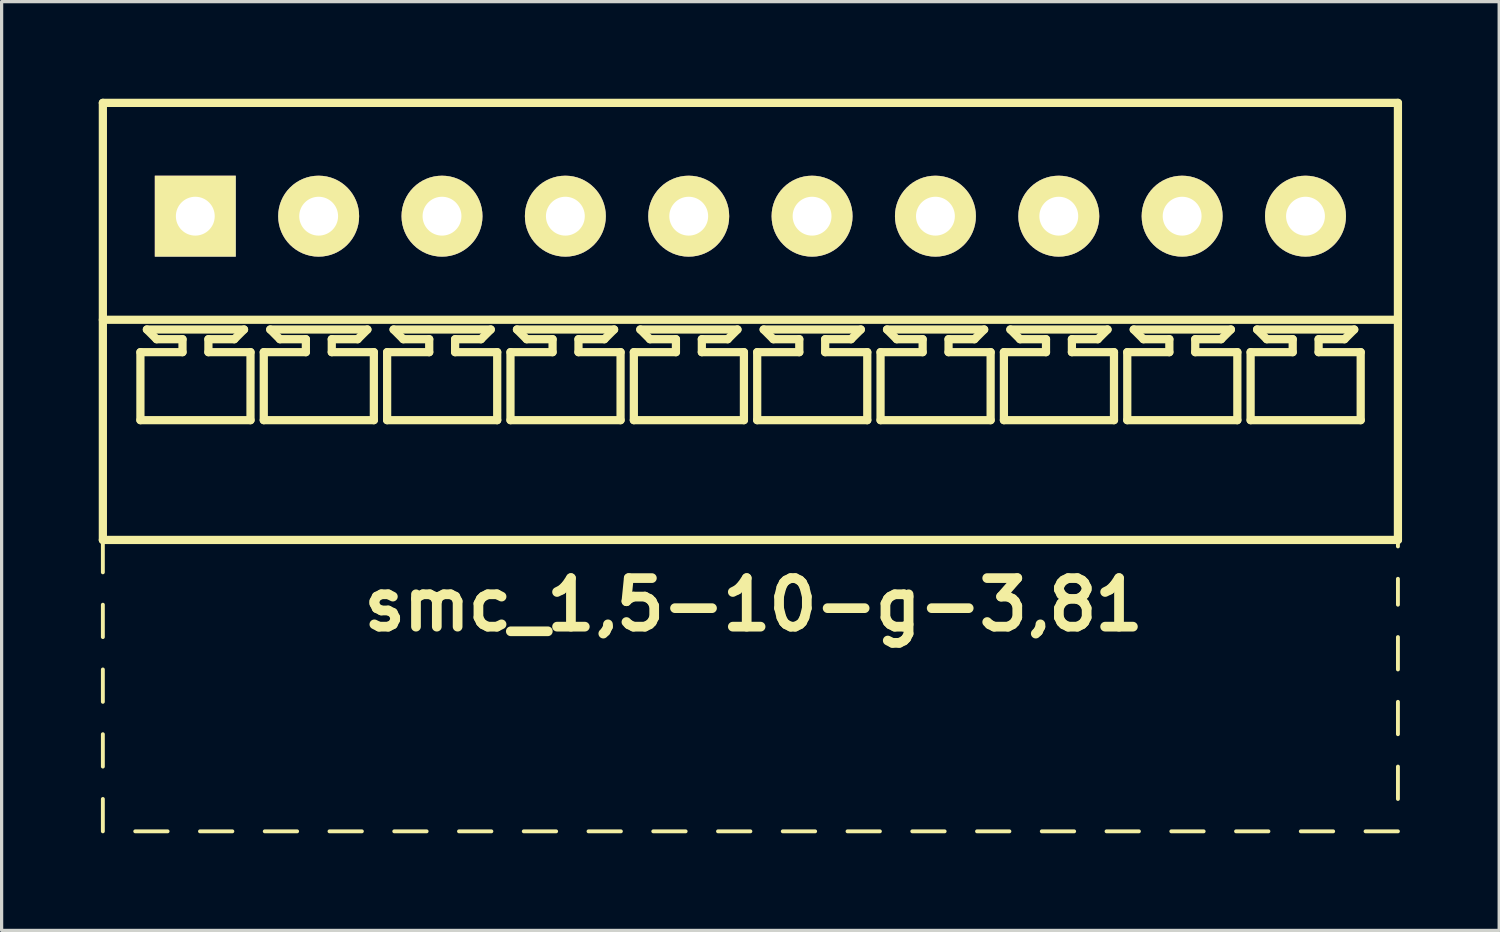
<source format=kicad_pcb>
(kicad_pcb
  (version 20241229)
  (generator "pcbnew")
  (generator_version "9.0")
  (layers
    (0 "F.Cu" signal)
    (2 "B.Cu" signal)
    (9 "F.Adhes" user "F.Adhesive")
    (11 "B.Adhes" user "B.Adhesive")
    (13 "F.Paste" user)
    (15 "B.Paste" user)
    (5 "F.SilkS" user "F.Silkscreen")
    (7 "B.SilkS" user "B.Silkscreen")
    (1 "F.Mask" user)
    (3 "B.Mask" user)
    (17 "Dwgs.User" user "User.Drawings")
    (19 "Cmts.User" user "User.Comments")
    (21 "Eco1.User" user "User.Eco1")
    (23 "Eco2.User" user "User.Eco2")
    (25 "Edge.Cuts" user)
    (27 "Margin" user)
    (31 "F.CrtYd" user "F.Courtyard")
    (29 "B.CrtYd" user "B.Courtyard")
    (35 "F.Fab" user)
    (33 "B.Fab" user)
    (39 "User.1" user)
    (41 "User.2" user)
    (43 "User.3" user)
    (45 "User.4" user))
  (footprint "smc_1,5-10-g-3,81"
    (layer "F.Cu")
    (at 20.127 3.627)
    (property "Reference" "smc_1,5-10-g-3,81" (at 0.1 12 0) (layer "F.SilkS") (effects (font (size 1.5 1.5) (thickness 0.3))))
    (attr through_hole)
    (fp_line (start -20 -3.5) (end -20 10) (stroke (width 0.254) (type solid)) (layer "F.SilkS"))
    (fp_line (start -20 -3.5) (end 20 -3.5) (stroke (width 0.254) (type solid)) (layer "F.SilkS"))
    (fp_line (start -20 3.2) (end 20 3.2) (stroke (width 0.254) (type solid)) (layer "F.SilkS"))
    (fp_line (start -20 10) (end -20 11) (stroke (width 0.12) (type solid)) (layer "F.SilkS"))
    (fp_line (start -20 10) (end 20 10) (stroke (width 0.254) (type solid)) (layer "F.SilkS"))
    (fp_line (start -20 12) (end -20 13) (stroke (width 0.12) (type solid)) (layer "F.SilkS"))
    (fp_line (start -20 14) (end -20 15) (stroke (width 0.12) (type solid)) (layer "F.SilkS"))
    (fp_line (start -20 16) (end -20 17) (stroke (width 0.12) (type solid)) (layer "F.SilkS"))
    (fp_line (start -20 18) (end -20 19) (stroke (width 0.12) (type solid)) (layer "F.SilkS"))
    (fp_line (start -19 19) (end -18 19) (stroke (width 0.12) (type solid)) (layer "F.SilkS"))
    (fp_line (start -18.84 4.2) (end -17.54 4.2) (stroke (width 0.254) (type solid)) (layer "F.SilkS"))
    (fp_line (start -18.84 6.3) (end -18.84 4.2) (stroke (width 0.254) (type solid)) (layer "F.SilkS"))
    (fp_line (start -18.64 3.5) (end -15.64 3.5) (stroke (width 0.254) (type solid)) (layer "F.SilkS"))
    (fp_line (start -18.34 3.8) (end -18.64 3.5) (stroke (width 0.254) (type solid)) (layer "F.SilkS"))
    (fp_line (start -17.54 3.8) (end -18.34 3.8) (stroke (width 0.254) (type solid)) (layer "F.SilkS"))
    (fp_line (start -17.54 4.2) (end -17.54 3.8) (stroke (width 0.254) (type solid)) (layer "F.SilkS"))
    (fp_line (start -17 19) (end -16 19) (stroke (width 0.12) (type solid)) (layer "F.SilkS"))
    (fp_line (start -16.74 3.8) (end -16.74 4.2) (stroke (width 0.254) (type solid)) (layer "F.SilkS"))
    (fp_line (start -16.74 4.2) (end -15.44 4.2) (stroke (width 0.254) (type solid)) (layer "F.SilkS"))
    (fp_line (start -15.94 3.8) (end -16.74 3.8) (stroke (width 0.254) (type solid)) (layer "F.SilkS"))
    (fp_line (start -15.94 3.8) (end -15.64 3.5) (stroke (width 0.254) (type solid)) (layer "F.SilkS"))
    (fp_line (start -15.44 4.2) (end -15.44 6.3) (stroke (width 0.254) (type solid)) (layer "F.SilkS"))
    (fp_line (start -15.44 6.3) (end -18.84 6.3) (stroke (width 0.254) (type solid)) (layer "F.SilkS"))
    (fp_line (start -15.03 4.2) (end -13.73 4.2) (stroke (width 0.254) (type solid)) (layer "F.SilkS"))
    (fp_line (start -15.03 6.3) (end -15.03 4.2) (stroke (width 0.254) (type solid)) (layer "F.SilkS"))
    (fp_line (start -15 19) (end -14 19) (stroke (width 0.12) (type solid)) (layer "F.SilkS"))
    (fp_line (start -14.83 3.5) (end -11.83 3.5) (stroke (width 0.254) (type solid)) (layer "F.SilkS"))
    (fp_line (start -14.53 3.8) (end -14.83 3.5) (stroke (width 0.254) (type solid)) (layer "F.SilkS"))
    (fp_line (start -13.73 3.8) (end -14.53 3.8) (stroke (width 0.254) (type solid)) (layer "F.SilkS"))
    (fp_line (start -13.73 4.2) (end -13.73 3.8) (stroke (width 0.254) (type solid)) (layer "F.SilkS"))
    (fp_line (start -13 19) (end -12 19) (stroke (width 0.12) (type solid)) (layer "F.SilkS"))
    (fp_line (start -12.93 3.8) (end -12.93 4.2) (stroke (width 0.254) (type solid)) (layer "F.SilkS"))
    (fp_line (start -12.93 4.2) (end -11.63 4.2) (stroke (width 0.254) (type solid)) (layer "F.SilkS"))
    (fp_line (start -12.13 3.8) (end -12.93 3.8) (stroke (width 0.254) (type solid)) (layer "F.SilkS"))
    (fp_line (start -12.13 3.8) (end -11.83 3.5) (stroke (width 0.254) (type solid)) (layer "F.SilkS"))
    (fp_line (start -11.63 4.2) (end -11.63 6.3) (stroke (width 0.254) (type solid)) (layer "F.SilkS"))
    (fp_line (start -11.63 6.3) (end -15.03 6.3) (stroke (width 0.254) (type solid)) (layer "F.SilkS"))
    (fp_line (start -11.22 4.2) (end -9.92 4.2) (stroke (width 0.254) (type solid)) (layer "F.SilkS"))
    (fp_line (start -11.22 6.3) (end -11.22 4.2) (stroke (width 0.254) (type solid)) (layer "F.SilkS"))
    (fp_line (start -11.02 3.5) (end -8.02 3.5) (stroke (width 0.254) (type solid)) (layer "F.SilkS"))
    (fp_line (start -11 19) (end -10 19) (stroke (width 0.12) (type solid)) (layer "F.SilkS"))
    (fp_line (start -10.72 3.8) (end -11.02 3.5) (stroke (width 0.254) (type solid)) (layer "F.SilkS"))
    (fp_line (start -9.92 3.8) (end -10.72 3.8) (stroke (width 0.254) (type solid)) (layer "F.SilkS"))
    (fp_line (start -9.92 4.2) (end -9.92 3.8) (stroke (width 0.254) (type solid)) (layer "F.SilkS"))
    (fp_line (start -9.12 3.8) (end -9.12 4.2) (stroke (width 0.254) (type solid)) (layer "F.SilkS"))
    (fp_line (start -9.12 4.2) (end -7.82 4.2) (stroke (width 0.254) (type solid)) (layer "F.SilkS"))
    (fp_line (start -9 19) (end -8 19) (stroke (width 0.12) (type solid)) (layer "F.SilkS"))
    (fp_line (start -8.32 3.8) (end -9.12 3.8) (stroke (width 0.254) (type solid)) (layer "F.SilkS"))
    (fp_line (start -8.32 3.8) (end -8.02 3.5) (stroke (width 0.254) (type solid)) (layer "F.SilkS"))
    (fp_line (start -7.82 4.2) (end -7.82 6.3) (stroke (width 0.254) (type solid)) (layer "F.SilkS"))
    (fp_line (start -7.82 6.3) (end -11.22 6.3) (stroke (width 0.254) (type solid)) (layer "F.SilkS"))
    (fp_line (start -7.41 4.2) (end -6.11 4.2) (stroke (width 0.254) (type solid)) (layer "F.SilkS"))
    (fp_line (start -7.41 6.3) (end -7.41 4.2) (stroke (width 0.254) (type solid)) (layer "F.SilkS"))
    (fp_line (start -7.21 3.5) (end -4.21 3.5) (stroke (width 0.254) (type solid)) (layer "F.SilkS"))
    (fp_line (start -7 19) (end -6 19) (stroke (width 0.12) (type solid)) (layer "F.SilkS"))
    (fp_line (start -6.91 3.8) (end -7.21 3.5) (stroke (width 0.254) (type solid)) (layer "F.SilkS"))
    (fp_line (start -6.11 3.8) (end -6.91 3.8) (stroke (width 0.254) (type solid)) (layer "F.SilkS"))
    (fp_line (start -6.11 4.2) (end -6.11 3.8) (stroke (width 0.254) (type solid)) (layer "F.SilkS"))
    (fp_line (start -5.31 3.8) (end -5.31 4.2) (stroke (width 0.254) (type solid)) (layer "F.SilkS"))
    (fp_line (start -5.31 4.2) (end -4.01 4.2) (stroke (width 0.254) (type solid)) (layer "F.SilkS"))
    (fp_line (start -5 19) (end -4 19) (stroke (width 0.12) (type solid)) (layer "F.SilkS"))
    (fp_line (start -4.51 3.8) (end -5.31 3.8) (stroke (width 0.254) (type solid)) (layer "F.SilkS"))
    (fp_line (start -4.51 3.8) (end -4.21 3.5) (stroke (width 0.254) (type solid)) (layer "F.SilkS"))
    (fp_line (start -4.01 4.2) (end -4.01 6.3) (stroke (width 0.254) (type solid)) (layer "F.SilkS"))
    (fp_line (start -4.01 6.3) (end -7.41 6.3) (stroke (width 0.254) (type solid)) (layer "F.SilkS"))
    (fp_line (start -3.6 4.2) (end -2.3 4.2) (stroke (width 0.254) (type solid)) (layer "F.SilkS"))
    (fp_line (start -3.6 6.3) (end -3.6 4.2) (stroke (width 0.254) (type solid)) (layer "F.SilkS"))
    (fp_line (start -3.4 3.5) (end -0.4 3.5) (stroke (width 0.254) (type solid)) (layer "F.SilkS"))
    (fp_line (start -3.1 3.8) (end -3.4 3.5) (stroke (width 0.254) (type solid)) (layer "F.SilkS"))
    (fp_line (start -3 19) (end -2 19) (stroke (width 0.12) (type solid)) (layer "F.SilkS"))
    (fp_line (start -2.3 3.8) (end -3.1 3.8) (stroke (width 0.254) (type solid)) (layer "F.SilkS"))
    (fp_line (start -2.3 4.2) (end -2.3 3.8) (stroke (width 0.254) (type solid)) (layer "F.SilkS"))
    (fp_line (start -1.5 3.8) (end -1.5 4.2) (stroke (width 0.254) (type solid)) (layer "F.SilkS"))
    (fp_line (start -1.5 4.2) (end -0.2 4.2) (stroke (width 0.254) (type solid)) (layer "F.SilkS"))
    (fp_line (start -1 19) (end 0 19) (stroke (width 0.12) (type solid)) (layer "F.SilkS"))
    (fp_line (start -0.7 3.8) (end -1.5 3.8) (stroke (width 0.254) (type solid)) (layer "F.SilkS"))
    (fp_line (start -0.7 3.8) (end -0.4 3.5) (stroke (width 0.254) (type solid)) (layer "F.SilkS"))
    (fp_line (start -0.2 4.2) (end -0.2 6.3) (stroke (width 0.254) (type solid)) (layer "F.SilkS"))
    (fp_line (start -0.2 6.3) (end -3.6 6.3) (stroke (width 0.254) (type solid)) (layer "F.SilkS"))
    (fp_line (start 0.21 4.2) (end 1.51 4.2) (stroke (width 0.254) (type solid)) (layer "F.SilkS"))
    (fp_line (start 0.21 6.3) (end 0.21 4.2) (stroke (width 0.254) (type solid)) (layer "F.SilkS"))
    (fp_line (start 0.41 3.5) (end 3.41 3.5) (stroke (width 0.254) (type solid)) (layer "F.SilkS"))
    (fp_line (start 0.71 3.8) (end 0.41 3.5) (stroke (width 0.254) (type solid)) (layer "F.SilkS"))
    (fp_line (start 1 19) (end 2 19) (stroke (width 0.12) (type solid)) (layer "F.SilkS"))
    (fp_line (start 1.51 3.8) (end 0.71 3.8) (stroke (width 0.254) (type solid)) (layer "F.SilkS"))
    (fp_line (start 1.51 4.2) (end 1.51 3.8) (stroke (width 0.254) (type solid)) (layer "F.SilkS"))
    (fp_line (start 2.31 3.8) (end 2.31 4.2) (stroke (width 0.254) (type solid)) (layer "F.SilkS"))
    (fp_line (start 2.31 4.2) (end 3.61 4.2) (stroke (width 0.254) (type solid)) (layer "F.SilkS"))
    (fp_line (start 3 19) (end 4 19) (stroke (width 0.12) (type solid)) (layer "F.SilkS"))
    (fp_line (start 3.11 3.8) (end 2.31 3.8) (stroke (width 0.254) (type solid)) (layer "F.SilkS"))
    (fp_line (start 3.11 3.8) (end 3.41 3.5) (stroke (width 0.254) (type solid)) (layer "F.SilkS"))
    (fp_line (start 3.61 4.2) (end 3.61 6.3) (stroke (width 0.254) (type solid)) (layer "F.SilkS"))
    (fp_line (start 3.61 6.3) (end 0.21 6.3) (stroke (width 0.254) (type solid)) (layer "F.SilkS"))
    (fp_line (start 4.02 4.2) (end 5.32 4.2) (stroke (width 0.254) (type solid)) (layer "F.SilkS"))
    (fp_line (start 4.02 6.3) (end 4.02 4.2) (stroke (width 0.254) (type solid)) (layer "F.SilkS"))
    (fp_line (start 4.22 3.5) (end 7.22 3.5) (stroke (width 0.254) (type solid)) (layer "F.SilkS"))
    (fp_line (start 4.52 3.8) (end 4.22 3.5) (stroke (width 0.254) (type solid)) (layer "F.SilkS"))
    (fp_line (start 5 19) (end 6 19) (stroke (width 0.12) (type solid)) (layer "F.SilkS"))
    (fp_line (start 5.32 3.8) (end 4.52 3.8) (stroke (width 0.254) (type solid)) (layer "F.SilkS"))
    (fp_line (start 5.32 4.2) (end 5.32 3.8) (stroke (width 0.254) (type solid)) (layer "F.SilkS"))
    (fp_line (start 6.12 3.8) (end 6.12 4.2) (stroke (width 0.254) (type solid)) (layer "F.SilkS"))
    (fp_line (start 6.12 4.2) (end 7.42 4.2) (stroke (width 0.254) (type solid)) (layer "F.SilkS"))
    (fp_line (start 6.92 3.8) (end 6.12 3.8) (stroke (width 0.254) (type solid)) (layer "F.SilkS"))
    (fp_line (start 6.92 3.8) (end 7.22 3.5) (stroke (width 0.254) (type solid)) (layer "F.SilkS"))
    (fp_line (start 7 19) (end 8 19) (stroke (width 0.12) (type solid)) (layer "F.SilkS"))
    (fp_line (start 7.42 4.2) (end 7.42 6.3) (stroke (width 0.254) (type solid)) (layer "F.SilkS"))
    (fp_line (start 7.42 6.3) (end 4.02 6.3) (stroke (width 0.254) (type solid)) (layer "F.SilkS"))
    (fp_line (start 7.83 4.2) (end 9.13 4.2) (stroke (width 0.254) (type solid)) (layer "F.SilkS"))
    (fp_line (start 7.83 6.3) (end 7.83 4.2) (stroke (width 0.254) (type solid)) (layer "F.SilkS"))
    (fp_line (start 8.03 3.5) (end 11.03 3.5) (stroke (width 0.254) (type solid)) (layer "F.SilkS"))
    (fp_line (start 8.33 3.8) (end 8.03 3.5) (stroke (width 0.254) (type solid)) (layer "F.SilkS"))
    (fp_line (start 9 19) (end 10 19) (stroke (width 0.12) (type solid)) (layer "F.SilkS"))
    (fp_line (start 9.13 3.8) (end 8.33 3.8) (stroke (width 0.254) (type solid)) (layer "F.SilkS"))
    (fp_line (start 9.13 4.2) (end 9.13 3.8) (stroke (width 0.254) (type solid)) (layer "F.SilkS"))
    (fp_line (start 9.93 3.8) (end 9.93 4.2) (stroke (width 0.254) (type solid)) (layer "F.SilkS"))
    (fp_line (start 9.93 4.2) (end 11.23 4.2) (stroke (width 0.254) (type solid)) (layer "F.SilkS"))
    (fp_line (start 10.73 3.8) (end 9.93 3.8) (stroke (width 0.254) (type solid)) (layer "F.SilkS"))
    (fp_line (start 10.73 3.8) (end 11.03 3.5) (stroke (width 0.254) (type solid)) (layer "F.SilkS"))
    (fp_line (start 11 19) (end 12 19) (stroke (width 0.12) (type solid)) (layer "F.SilkS"))
    (fp_line (start 11.23 4.2) (end 11.23 6.3) (stroke (width 0.254) (type solid)) (layer "F.SilkS"))
    (fp_line (start 11.23 6.3) (end 7.83 6.3) (stroke (width 0.254) (type solid)) (layer "F.SilkS"))
    (fp_line (start 11.64 4.2) (end 12.94 4.2) (stroke (width 0.254) (type solid)) (layer "F.SilkS"))
    (fp_line (start 11.64 6.3) (end 11.64 4.2) (stroke (width 0.254) (type solid)) (layer "F.SilkS"))
    (fp_line (start 11.84 3.5) (end 14.84 3.5) (stroke (width 0.254) (type solid)) (layer "F.SilkS"))
    (fp_line (start 12.14 3.8) (end 11.84 3.5) (stroke (width 0.254) (type solid)) (layer "F.SilkS"))
    (fp_line (start 12.94 3.8) (end 12.14 3.8) (stroke (width 0.254) (type solid)) (layer "F.SilkS"))
    (fp_line (start 12.94 4.2) (end 12.94 3.8) (stroke (width 0.254) (type solid)) (layer "F.SilkS"))
    (fp_line (start 13 19) (end 14 19) (stroke (width 0.12) (type solid)) (layer "F.SilkS"))
    (fp_line (start 13.74 3.8) (end 13.74 4.2) (stroke (width 0.254) (type solid)) (layer "F.SilkS"))
    (fp_line (start 13.74 4.2) (end 15.04 4.2) (stroke (width 0.254) (type solid)) (layer "F.SilkS"))
    (fp_line (start 14.54 3.8) (end 13.74 3.8) (stroke (width 0.254) (type solid)) (layer "F.SilkS"))
    (fp_line (start 14.54 3.8) (end 14.84 3.5) (stroke (width 0.254) (type solid)) (layer "F.SilkS"))
    (fp_line (start 15 19) (end 16 19) (stroke (width 0.12) (type solid)) (layer "F.SilkS"))
    (fp_line (start 15.04 4.2) (end 15.04 6.3) (stroke (width 0.254) (type solid)) (layer "F.SilkS"))
    (fp_line (start 15.04 6.3) (end 11.64 6.3) (stroke (width 0.254) (type solid)) (layer "F.SilkS"))
    (fp_line (start 15.45 4.2) (end 16.75 4.2) (stroke (width 0.254) (type solid)) (layer "F.SilkS"))
    (fp_line (start 15.45 6.3) (end 15.45 4.2) (stroke (width 0.254) (type solid)) (layer "F.SilkS"))
    (fp_line (start 15.65 3.5) (end 18.65 3.5) (stroke (width 0.254) (type solid)) (layer "F.SilkS"))
    (fp_line (start 15.95 3.8) (end 15.65 3.5) (stroke (width 0.254) (type solid)) (layer "F.SilkS"))
    (fp_line (start 16.75 3.8) (end 15.95 3.8) (stroke (width 0.254) (type solid)) (layer "F.SilkS"))
    (fp_line (start 16.75 4.2) (end 16.75 3.8) (stroke (width 0.254) (type solid)) (layer "F.SilkS"))
    (fp_line (start 17 19) (end 18 19) (stroke (width 0.12) (type solid)) (layer "F.SilkS"))
    (fp_line (start 17.55 3.8) (end 17.55 4.2) (stroke (width 0.254) (type solid)) (layer "F.SilkS"))
    (fp_line (start 17.55 4.2) (end 18.85 4.2) (stroke (width 0.254) (type solid)) (layer "F.SilkS"))
    (fp_line (start 18.35 3.8) (end 17.55 3.8) (stroke (width 0.254) (type solid)) (layer "F.SilkS"))
    (fp_line (start 18.35 3.8) (end 18.65 3.5) (stroke (width 0.254) (type solid)) (layer "F.SilkS"))
    (fp_line (start 18.85 4.2) (end 18.85 6.3) (stroke (width 0.254) (type solid)) (layer "F.SilkS"))
    (fp_line (start 18.85 6.3) (end 15.45 6.3) (stroke (width 0.254) (type solid)) (layer "F.SilkS"))
    (fp_line (start 19 19) (end 20 19) (stroke (width 0.12) (type solid)) (layer "F.SilkS"))
    (fp_line (start 20 -3.5) (end 20 10) (stroke (width 0.254) (type solid)) (layer "F.SilkS"))
    (fp_line (start 20 10) (end 20 10.2) (stroke (width 0.12) (type solid)) (layer "F.SilkS"))
    (fp_line (start 20 12) (end 20 11.2) (stroke (width 0.12) (type solid)) (layer "F.SilkS"))
    (fp_line (start 20 14) (end 20 13) (stroke (width 0.12) (type solid)) (layer "F.SilkS"))
    (fp_line (start 20 15) (end 20 16) (stroke (width 0.12) (type solid)) (layer "F.SilkS"))
    (fp_line (start 20 17) (end 20 18) (stroke (width 0.12) (type solid)) (layer "F.SilkS"))
    (pad "1" thru_hole rect (at -17.145 0) (size 2.5 2.5) (drill 1.2) (layers "*.Cu" "*.Mask" "F.SilkS"))
    (pad "2" thru_hole circle (at -13.335 0) (size 2.5 2.5) (drill 1.2) (layers "*.Cu" "*.Mask" "F.SilkS"))
    (pad "3" thru_hole circle (at -9.525 0) (size 2.5 2.5) (drill 1.2) (layers "*.Cu" "*.Mask" "F.SilkS"))
    (pad "4" thru_hole circle (at -5.715 0) (size 2.5 2.5) (drill 1.2) (layers "*.Cu" "*.Mask" "F.SilkS"))
    (pad "5" thru_hole circle (at -1.905 0) (size 2.5 2.5) (drill 1.2) (layers "*.Cu" "*.Mask" "F.SilkS"))
    (pad "6" thru_hole circle (at 1.905 0) (size 2.5 2.5) (drill 1.2) (layers "*.Cu" "*.Mask" "F.SilkS"))
    (pad "7" thru_hole circle (at 5.715 0) (size 2.5 2.5) (drill 1.2) (layers "*.Cu" "*.Mask" "F.SilkS"))
    (pad "8" thru_hole circle (at 9.525 0) (size 2.5 2.5) (drill 1.2) (layers "*.Cu" "*.Mask" "F.SilkS"))
    (pad "9" thru_hole circle (at 13.335 0) (size 2.5 2.5) (drill 1.2) (layers "*.Cu" "*.Mask" "F.SilkS"))
    (pad "10" thru_hole circle (at 17.145 0) (size 2.5 2.5) (drill 1.2) (layers "*.Cu" "*.Mask" "F.SilkS")))
  (gr_rect
    (start -3 -3)
    (end 43.254 25.687)
    (stroke (width 0.1) (type default))
    (fill no)
    (layer "Edge.Cuts")))
</source>
